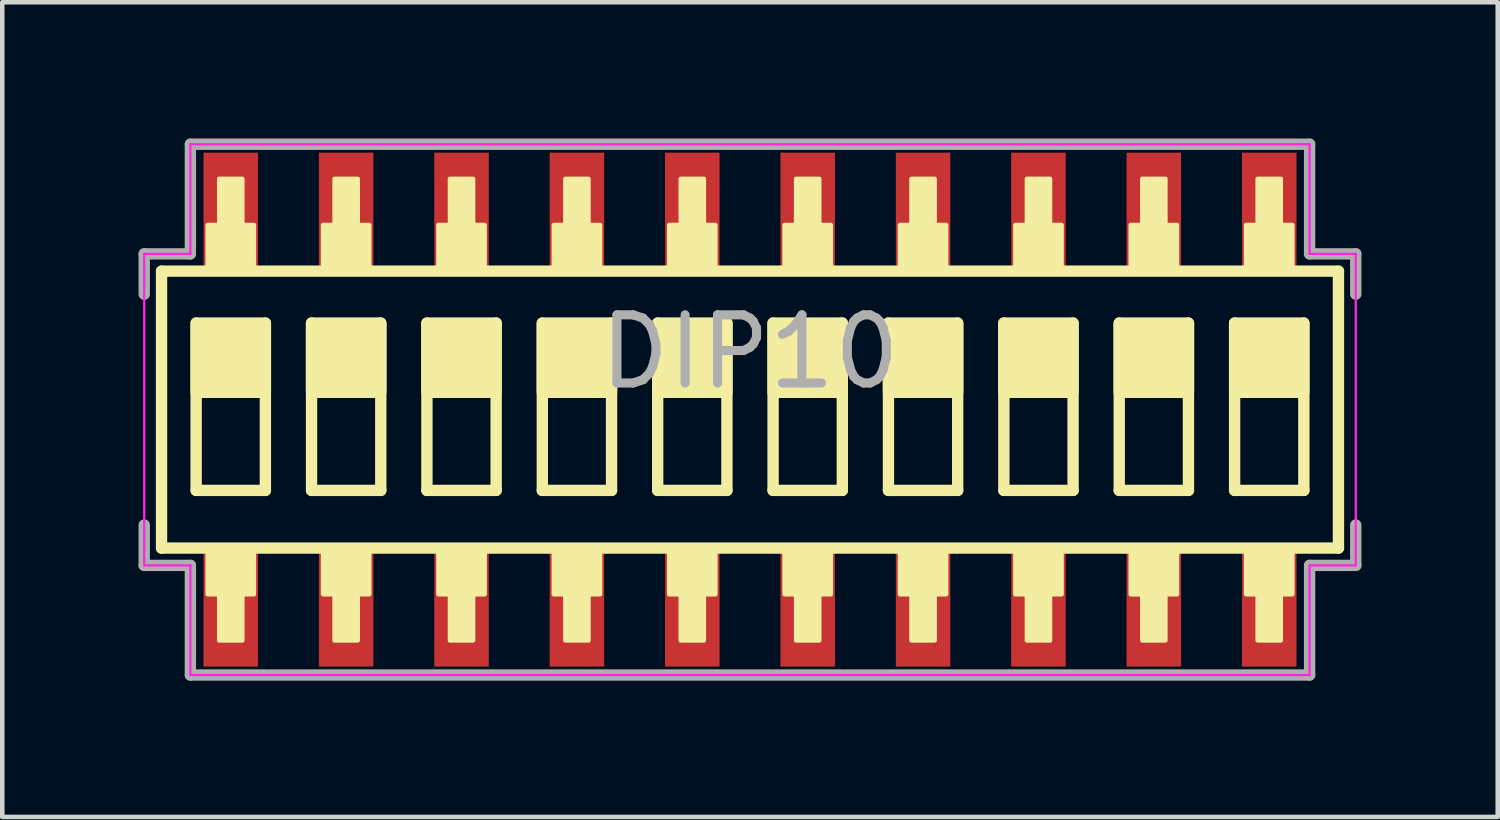
<source format=kicad_pcb>
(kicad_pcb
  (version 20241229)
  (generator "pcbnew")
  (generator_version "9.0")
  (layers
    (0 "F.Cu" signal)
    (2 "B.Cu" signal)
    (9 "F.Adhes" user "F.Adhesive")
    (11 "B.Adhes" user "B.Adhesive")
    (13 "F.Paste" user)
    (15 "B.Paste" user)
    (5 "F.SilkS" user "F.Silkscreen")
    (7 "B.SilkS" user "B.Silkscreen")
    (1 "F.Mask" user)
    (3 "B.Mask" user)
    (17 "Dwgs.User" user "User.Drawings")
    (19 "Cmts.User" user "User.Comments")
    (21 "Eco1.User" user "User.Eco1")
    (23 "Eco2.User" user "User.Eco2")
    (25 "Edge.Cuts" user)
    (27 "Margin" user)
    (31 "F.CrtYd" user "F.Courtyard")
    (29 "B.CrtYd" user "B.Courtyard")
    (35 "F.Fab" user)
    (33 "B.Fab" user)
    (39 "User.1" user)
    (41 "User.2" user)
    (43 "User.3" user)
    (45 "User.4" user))
  (footprint "DIP10"
    (layer "F.Cu")
    (at 13.46 5.967)
    (property "Reference" "DIP10" (at 0 -1.27 180) (layer "F.Fab") (effects (font (size 1.5 1.5) (thickness 0.2))))
    (attr through_hole)
    (fp_line (start -12.954 -3.048) (end -12.954 3.048) (stroke (width 0.25) (type solid)) (layer "F.SilkS"))
    (fp_line (start -12.954 3.048) (end 12.954 3.048) (stroke (width 0.25) (type solid)) (layer "F.SilkS"))
    (fp_line (start -12.192 1.778) (end -12.192 -1.905) (stroke (width 0.25) (type solid)) (layer "F.SilkS"))
    (fp_line (start -12.192 1.778) (end -10.668 1.778) (stroke (width 0.25) (type solid)) (layer "F.SilkS"))
    (fp_line (start -10.668 -1.905) (end -10.668 1.778) (stroke (width 0.25) (type solid)) (layer "F.SilkS"))
    (fp_line (start -9.652 1.778) (end -9.652 -1.905) (stroke (width 0.25) (type solid)) (layer "F.SilkS"))
    (fp_line (start -9.652 1.778) (end -8.128 1.778) (stroke (width 0.25) (type solid)) (layer "F.SilkS"))
    (fp_line (start -8.128 -1.905) (end -8.128 1.778) (stroke (width 0.25) (type solid)) (layer "F.SilkS"))
    (fp_line (start -7.112 1.778) (end -7.112 -1.905) (stroke (width 0.25) (type solid)) (layer "F.SilkS"))
    (fp_line (start -7.112 1.778) (end -5.588 1.778) (stroke (width 0.25) (type solid)) (layer "F.SilkS"))
    (fp_line (start -5.588 -1.905) (end -5.588 1.778) (stroke (width 0.25) (type solid)) (layer "F.SilkS"))
    (fp_line (start -4.572 1.778) (end -4.572 -1.905) (stroke (width 0.25) (type solid)) (layer "F.SilkS"))
    (fp_line (start -4.572 1.778) (end -3.048 1.778) (stroke (width 0.25) (type solid)) (layer "F.SilkS"))
    (fp_line (start -3.048 -1.905) (end -3.048 1.778) (stroke (width 0.25) (type solid)) (layer "F.SilkS"))
    (fp_line (start -2.032 1.778) (end -2.032 -1.905) (stroke (width 0.25) (type solid)) (layer "F.SilkS"))
    (fp_line (start -2.032 1.778) (end -0.508 1.778) (stroke (width 0.25) (type solid)) (layer "F.SilkS"))
    (fp_line (start -0.508 -1.905) (end -0.508 1.778) (stroke (width 0.25) (type solid)) (layer "F.SilkS"))
    (fp_line (start 0.508 1.778) (end 0.508 -1.905) (stroke (width 0.25) (type solid)) (layer "F.SilkS"))
    (fp_line (start 0.508 1.778) (end 2.032 1.778) (stroke (width 0.25) (type solid)) (layer "F.SilkS"))
    (fp_line (start 2.032 -1.905) (end 2.032 1.778) (stroke (width 0.25) (type solid)) (layer "F.SilkS"))
    (fp_line (start 3.048 1.778) (end 3.048 -1.905) (stroke (width 0.25) (type solid)) (layer "F.SilkS"))
    (fp_line (start 3.048 1.778) (end 4.572 1.778) (stroke (width 0.25) (type solid)) (layer "F.SilkS"))
    (fp_line (start 4.572 -1.905) (end 4.572 1.778) (stroke (width 0.25) (type solid)) (layer "F.SilkS"))
    (fp_line (start 5.588 1.778) (end 5.588 -1.905) (stroke (width 0.25) (type solid)) (layer "F.SilkS"))
    (fp_line (start 5.588 1.778) (end 7.112 1.778) (stroke (width 0.25) (type solid)) (layer "F.SilkS"))
    (fp_line (start 7.112 -1.905) (end 7.112 1.778) (stroke (width 0.25) (type solid)) (layer "F.SilkS"))
    (fp_line (start 8.128 1.778) (end 8.128 -1.905) (stroke (width 0.25) (type solid)) (layer "F.SilkS"))
    (fp_line (start 8.128 1.778) (end 9.652 1.778) (stroke (width 0.25) (type solid)) (layer "F.SilkS"))
    (fp_line (start 9.652 -1.905) (end 9.652 1.778) (stroke (width 0.25) (type solid)) (layer "F.SilkS"))
    (fp_line (start 10.668 1.778) (end 10.668 -1.905) (stroke (width 0.25) (type solid)) (layer "F.SilkS"))
    (fp_line (start 10.668 1.778) (end 12.192 1.778) (stroke (width 0.25) (type solid)) (layer "F.SilkS"))
    (fp_line (start 12.192 -1.905) (end 12.192 1.778) (stroke (width 0.25) (type solid)) (layer "F.SilkS"))
    (fp_line (start 12.954 -3.048) (end -12.954 -3.048) (stroke (width 0.25) (type solid)) (layer "F.SilkS"))
    (fp_line (start 12.954 -3.048) (end 12.954 3.048) (stroke (width 0.25) (type solid)) (layer "F.SilkS"))
    (fp_poly (pts (xy -10.668 -0.381) (xy -12.192 -0.381) (xy -12.192 -1.905) (xy -10.668 -1.905)) (stroke (width 0.25) (type solid)) (fill yes) (layer "F.SilkS"))
    (fp_poly (pts (xy -8.128 -0.381) (xy -9.652 -0.381) (xy -9.652 -1.905) (xy -8.128 -1.905)) (stroke (width 0.25) (type solid)) (fill yes) (layer "F.SilkS"))
    (fp_poly (pts (xy -5.588 -0.381) (xy -7.112 -0.381) (xy -7.112 -1.905) (xy -5.588 -1.905)) (stroke (width 0.25) (type solid)) (fill yes) (layer "F.SilkS"))
    (fp_poly (pts (xy -3.048 -0.381) (xy -4.572 -0.381) (xy -4.572 -1.905) (xy -3.048 -1.905)) (stroke (width 0.25) (type solid)) (fill yes) (layer "F.SilkS"))
    (fp_poly (pts (xy -0.508 -0.381) (xy -2.032 -0.381) (xy -2.032 -1.905) (xy -0.508 -1.905)) (stroke (width 0.25) (type solid)) (fill yes) (layer "F.SilkS"))
    (fp_poly (pts (xy 2.032 -0.381) (xy 0.508 -0.381) (xy 0.508 -1.905) (xy 2.032 -1.905)) (stroke (width 0.25) (type solid)) (fill yes) (layer "F.SilkS"))
    (fp_poly (pts (xy 4.572 -0.381) (xy 3.048 -0.381) (xy 3.048 -1.905) (xy 4.572 -1.905)) (stroke (width 0.25) (type solid)) (fill yes) (layer "F.SilkS"))
    (fp_poly (pts (xy 7.112 -0.381) (xy 5.588 -0.381) (xy 5.588 -1.905) (xy 7.112 -1.905)) (stroke (width 0.25) (type solid)) (fill yes) (layer "F.SilkS"))
    (fp_poly (pts (xy 9.652 -0.381) (xy 8.128 -0.381) (xy 8.128 -1.905) (xy 9.652 -1.905)) (stroke (width 0.25) (type solid)) (fill yes) (layer "F.SilkS"))
    (fp_poly (pts (xy 12.192 -0.381) (xy 10.668 -0.381) (xy 10.668 -1.905) (xy 12.192 -1.905)) (stroke (width 0.25) (type solid)) (fill yes) (layer "F.SilkS"))
    (fp_poly (pts (xy -11.684 4.064) (xy -11.938 4.064) (xy -11.938 3.048) (xy -10.922 3.048) (xy -10.922 4.064) (xy -11.176 4.064) (xy -11.176 5.08) (xy -11.684 5.08)) (stroke (width 0.1) (type solid)) (fill yes) (layer "F.SilkS"))
    (fp_poly (pts (xy -11.176 -4.064) (xy -10.922 -4.064) (xy -10.922 -3.048) (xy -11.938 -3.048) (xy -11.938 -4.064) (xy -11.684 -4.064) (xy -11.684 -5.08) (xy -11.176 -5.08)) (stroke (width 0.1) (type solid)) (fill yes) (layer "F.SilkS"))
    (fp_poly (pts (xy -9.144 4.064) (xy -9.398 4.064) (xy -9.398 3.048) (xy -8.382 3.048) (xy -8.382 4.064) (xy -8.636 4.064) (xy -8.636 5.08) (xy -9.144 5.08)) (stroke (width 0.1) (type solid)) (fill yes) (layer "F.SilkS"))
    (fp_poly (pts (xy -8.636 -4.064) (xy -8.382 -4.064) (xy -8.382 -3.048) (xy -9.398 -3.048) (xy -9.398 -4.064) (xy -9.144 -4.064) (xy -9.144 -5.08) (xy -8.636 -5.08)) (stroke (width 0.1) (type solid)) (fill yes) (layer "F.SilkS"))
    (fp_poly (pts (xy -6.604 4.064) (xy -6.858 4.064) (xy -6.858 3.048) (xy -5.842 3.048) (xy -5.842 4.064) (xy -6.096 4.064) (xy -6.096 5.08) (xy -6.604 5.08)) (stroke (width 0.1) (type solid)) (fill yes) (layer "F.SilkS"))
    (fp_poly (pts (xy -6.096 -4.064) (xy -5.842 -4.064) (xy -5.842 -3.048) (xy -6.858 -3.048) (xy -6.858 -4.064) (xy -6.604 -4.064) (xy -6.604 -5.08) (xy -6.096 -5.08)) (stroke (width 0.1) (type solid)) (fill yes) (layer "F.SilkS"))
    (fp_poly (pts (xy -4.064 4.064) (xy -4.318 4.064) (xy -4.318 3.048) (xy -3.302 3.048) (xy -3.302 4.064) (xy -3.556 4.064) (xy -3.556 5.08) (xy -4.064 5.08)) (stroke (width 0.1) (type solid)) (fill yes) (layer "F.SilkS"))
    (fp_poly (pts (xy -3.556 -4.064) (xy -3.302 -4.064) (xy -3.302 -3.048) (xy -4.318 -3.048) (xy -4.318 -4.064) (xy -4.064 -4.064) (xy -4.064 -5.08) (xy -3.556 -5.08)) (stroke (width 0.1) (type solid)) (fill yes) (layer "F.SilkS"))
    (fp_poly (pts (xy -1.524 4.064) (xy -1.778 4.064) (xy -1.778 3.048) (xy -0.762 3.048) (xy -0.762 4.064) (xy -1.016 4.064) (xy -1.016 5.08) (xy -1.524 5.08)) (stroke (width 0.1) (type solid)) (fill yes) (layer "F.SilkS"))
    (fp_poly (pts (xy -1.016 -4.064) (xy -0.762 -4.064) (xy -0.762 -3.048) (xy -1.778 -3.048) (xy -1.778 -4.064) (xy -1.524 -4.064) (xy -1.524 -5.08) (xy -1.016 -5.08)) (stroke (width 0.1) (type solid)) (fill yes) (layer "F.SilkS"))
    (fp_poly (pts (xy 1.016 4.064) (xy 0.762 4.064) (xy 0.762 3.048) (xy 1.778 3.048) (xy 1.778 4.064) (xy 1.524 4.064) (xy 1.524 5.08) (xy 1.016 5.08)) (stroke (width 0.1) (type solid)) (fill yes) (layer "F.SilkS"))
    (fp_poly (pts (xy 1.524 -4.064) (xy 1.778 -4.064) (xy 1.778 -3.048) (xy 0.762 -3.048) (xy 0.762 -4.064) (xy 1.016 -4.064) (xy 1.016 -5.08) (xy 1.524 -5.08)) (stroke (width 0.1) (type solid)) (fill yes) (layer "F.SilkS"))
    (fp_poly (pts (xy 3.556 4.064) (xy 3.302 4.064) (xy 3.302 3.048) (xy 4.318 3.048) (xy 4.318 4.064) (xy 4.064 4.064) (xy 4.064 5.08) (xy 3.556 5.08)) (stroke (width 0.1) (type solid)) (fill yes) (layer "F.SilkS"))
    (fp_poly (pts (xy 4.064 -4.064) (xy 4.318 -4.064) (xy 4.318 -3.048) (xy 3.302 -3.048) (xy 3.302 -4.064) (xy 3.556 -4.064) (xy 3.556 -5.08) (xy 4.064 -5.08)) (stroke (width 0.1) (type solid)) (fill yes) (layer "F.SilkS"))
    (fp_poly (pts (xy 6.096 4.064) (xy 5.842 4.064) (xy 5.842 3.048) (xy 6.858 3.048) (xy 6.858 4.064) (xy 6.604 4.064) (xy 6.604 5.08) (xy 6.096 5.08)) (stroke (width 0.1) (type solid)) (fill yes) (layer "F.SilkS"))
    (fp_poly (pts (xy 6.604 -4.064) (xy 6.858 -4.064) (xy 6.858 -3.048) (xy 5.842 -3.048) (xy 5.842 -4.064) (xy 6.096 -4.064) (xy 6.096 -5.08) (xy 6.604 -5.08)) (stroke (width 0.1) (type solid)) (fill yes) (layer "F.SilkS"))
    (fp_poly (pts (xy 8.636 4.064) (xy 8.382 4.064) (xy 8.382 3.048) (xy 9.398 3.048) (xy 9.398 4.064) (xy 9.144 4.064) (xy 9.144 5.08) (xy 8.636 5.08)) (stroke (width 0.1) (type solid)) (fill yes) (layer "F.SilkS"))
    (fp_poly (pts (xy 9.144 -4.064) (xy 9.398 -4.064) (xy 9.398 -3.048) (xy 8.382 -3.048) (xy 8.382 -4.064) (xy 8.636 -4.064) (xy 8.636 -5.08) (xy 9.144 -5.08)) (stroke (width 0.1) (type solid)) (fill yes) (layer "F.SilkS"))
    (fp_poly (pts (xy 11.176 4.064) (xy 10.922 4.064) (xy 10.922 3.048) (xy 11.938 3.048) (xy 11.938 4.064) (xy 11.684 4.064) (xy 11.684 5.08) (xy 11.176 5.08)) (stroke (width 0.1) (type solid)) (fill yes) (layer "F.SilkS"))
    (fp_poly (pts (xy 11.684 -4.064) (xy 11.938 -4.064) (xy 11.938 -3.048) (xy 10.922 -3.048) (xy 10.922 -4.064) (xy 11.176 -4.064) (xy 11.176 -5.08) (xy 11.684 -5.08)) (stroke (width 0.1) (type solid)) (fill yes) (layer "F.SilkS"))
    (fp_line (start -13.335 3.429) (end -13.335 -3.429) (stroke (width 0.05) (type solid)) (layer "F.CrtYd"))
    (fp_line (start -12.319 -3.429) (end -13.335 -3.429) (stroke (width 0.05) (type solid)) (layer "F.CrtYd"))
    (fp_line (start -12.319 -3.429) (end -12.319 -5.842) (stroke (width 0.05) (type solid)) (layer "F.CrtYd"))
    (fp_line (start -12.319 3.429) (end -13.335 3.429) (stroke (width 0.05) (type solid)) (layer "F.CrtYd"))
    (fp_line (start -12.319 5.842) (end -12.319 3.429) (stroke (width 0.05) (type solid)) (layer "F.CrtYd"))
    (fp_line (start 12.319 -5.842) (end -12.319 -5.842) (stroke (width 0.05) (type solid)) (layer "F.CrtYd"))
    (fp_line (start 12.319 -3.429) (end 12.319 -5.842) (stroke (width 0.05) (type solid)) (layer "F.CrtYd"))
    (fp_line (start 12.319 5.842) (end -12.319 5.842) (stroke (width 0.05) (type solid)) (layer "F.CrtYd"))
    (fp_line (start 12.319 5.842) (end 12.319 3.429) (stroke (width 0.05) (type solid)) (layer "F.CrtYd"))
    (fp_line (start 13.335 -3.429) (end 12.319 -3.429) (stroke (width 0.05) (type solid)) (layer "F.CrtYd"))
    (fp_line (start 13.335 3.429) (end 12.319 3.429) (stroke (width 0.05) (type solid)) (layer "F.CrtYd"))
    (fp_line (start 13.335 3.429) (end 13.335 -3.429) (stroke (width 0.05) (type solid)) (layer "F.CrtYd"))
    (fp_line (start -13.335 -3.429) (end -13.335 -2.54) (stroke (width 0.25) (type solid)) (layer "F.Fab"))
    (fp_line (start -13.335 2.54) (end -13.335 3.429) (stroke (width 0.25) (type solid)) (layer "F.Fab"))
    (fp_line (start -12.319 -5.842) (end -12.319 -3.429) (stroke (width 0.25) (type solid)) (layer "F.Fab"))
    (fp_line (start -12.319 -5.842) (end 12.319 -5.842) (stroke (width 0.25) (type solid)) (layer "F.Fab"))
    (fp_line (start -12.319 -3.429) (end -13.335 -3.429) (stroke (width 0.25) (type solid)) (layer "F.Fab"))
    (fp_line (start -12.319 3.429) (end -13.335 3.429) (stroke (width 0.25) (type solid)) (layer "F.Fab"))
    (fp_line (start -12.319 3.429) (end -12.319 5.842) (stroke (width 0.25) (type solid)) (layer "F.Fab"))
    (fp_line (start -12.319 5.842) (end 12.319 5.842) (stroke (width 0.25) (type solid)) (layer "F.Fab"))
    (fp_line (start 12.319 -5.842) (end 12.319 -3.429) (stroke (width 0.25) (type solid)) (layer "F.Fab"))
    (fp_line (start 12.319 3.429) (end 12.319 5.842) (stroke (width 0.25) (type solid)) (layer "F.Fab"))
    (fp_line (start 13.335 -3.429) (end 12.319 -3.429) (stroke (width 0.25) (type solid)) (layer "F.Fab"))
    (fp_line (start 13.335 -3.429) (end 13.335 -2.54) (stroke (width 0.25) (type solid)) (layer "F.Fab"))
    (fp_line (start 13.335 2.54) (end 13.335 3.429) (stroke (width 0.25) (type solid)) (layer "F.Fab"))
    (fp_line (start 13.335 3.429) (end 12.319 3.429) (stroke (width 0.25) (type solid)) (layer "F.Fab"))
    (pad "1" smd rect (at -11.43 4.407) (size 1.2 2.5) (layers "F.Cu" "F.Mask" "F.Paste"))
    (pad "2" smd rect (at -11.43 -4.407) (size 1.2 2.5) (layers "F.Cu" "F.Mask" "F.Paste"))
    (pad "3" smd rect (at -8.89 4.407) (size 1.2 2.5) (layers "F.Cu" "F.Mask" "F.Paste"))
    (pad "4" smd rect (at -8.89 -4.407) (size 1.2 2.5) (layers "F.Cu" "F.Mask" "F.Paste"))
    (pad "5" smd rect (at -6.35 4.407) (size 1.2 2.5) (layers "F.Cu" "F.Mask" "F.Paste"))
    (pad "6" smd rect (at -6.35 -4.407) (size 1.2 2.5) (layers "F.Cu" "F.Mask" "F.Paste"))
    (pad "7" smd rect (at -3.81 4.407) (size 1.2 2.5) (layers "F.Cu" "F.Mask" "F.Paste"))
    (pad "8" smd rect (at -3.81 -4.407) (size 1.2 2.5) (layers "F.Cu" "F.Mask" "F.Paste"))
    (pad "9" smd rect (at -1.27 4.407) (size 1.2 2.5) (layers "F.Cu" "F.Mask" "F.Paste"))
    (pad "10" smd rect (at -1.27 -4.407) (size 1.2 2.5) (layers "F.Cu" "F.Mask" "F.Paste"))
    (pad "11" smd rect (at 1.27 4.407) (size 1.2 2.5) (layers "F.Cu" "F.Mask" "F.Paste"))
    (pad "12" smd rect (at 1.27 -4.407) (size 1.2 2.5) (layers "F.Cu" "F.Mask" "F.Paste"))
    (pad "13" smd rect (at 3.81 4.407) (size 1.2 2.5) (layers "F.Cu" "F.Mask" "F.Paste"))
    (pad "14" smd rect (at 3.81 -4.407) (size 1.2 2.5) (layers "F.Cu" "F.Mask" "F.Paste"))
    (pad "15" smd rect (at 6.35 4.407) (size 1.2 2.5) (layers "F.Cu" "F.Mask" "F.Paste"))
    (pad "16" smd rect (at 6.35 -4.407) (size 1.2 2.5) (layers "F.Cu" "F.Mask" "F.Paste"))
    (pad "17" smd rect (at 8.89 4.407) (size 1.2 2.5) (layers "F.Cu" "F.Mask" "F.Paste"))
    (pad "18" smd rect (at 8.89 -4.407) (size 1.2 2.5) (layers "F.Cu" "F.Mask" "F.Paste"))
    (pad "19" smd rect (at 11.43 4.407) (size 1.2 2.5) (layers "F.Cu" "F.Mask" "F.Paste"))
    (pad "20" smd rect (at 11.43 -4.407) (size 1.2 2.5) (layers "F.Cu" "F.Mask" "F.Paste")))
  (gr_rect
    (start -3 -3)
    (end 29.92 14.934)
    (stroke (width 0.1) (type default))
    (fill no)
    (layer "Edge.Cuts")))
</source>
